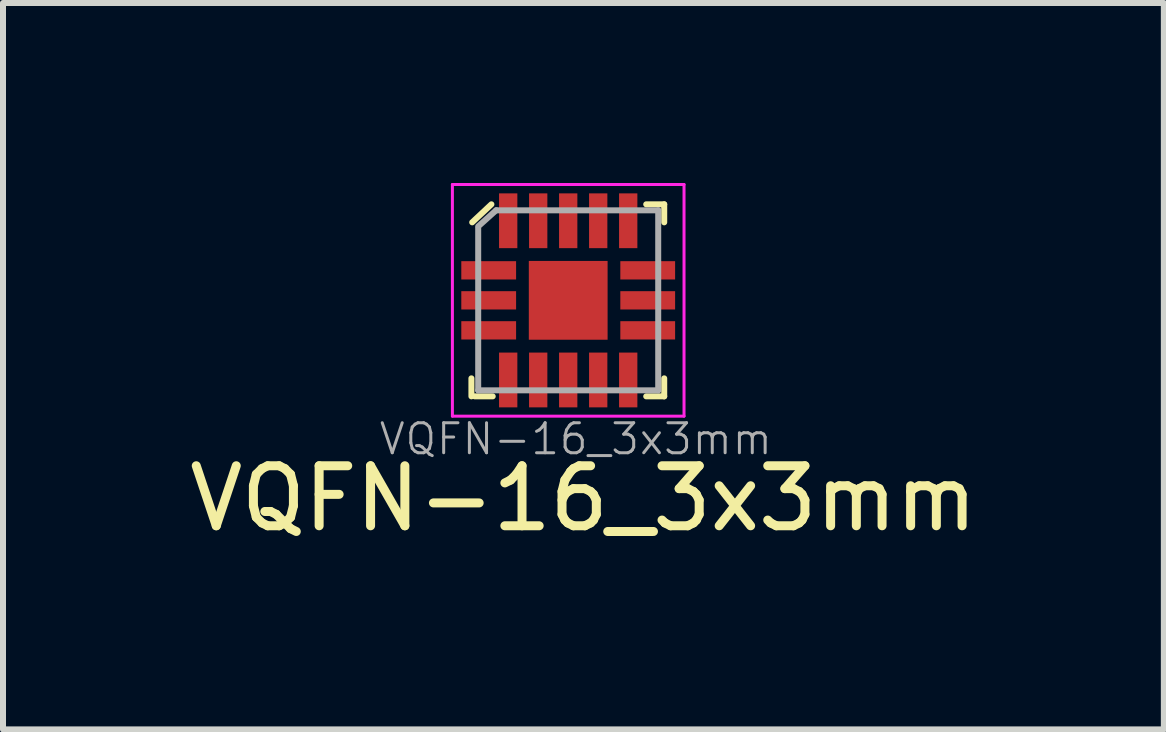
<source format=kicad_pcb>
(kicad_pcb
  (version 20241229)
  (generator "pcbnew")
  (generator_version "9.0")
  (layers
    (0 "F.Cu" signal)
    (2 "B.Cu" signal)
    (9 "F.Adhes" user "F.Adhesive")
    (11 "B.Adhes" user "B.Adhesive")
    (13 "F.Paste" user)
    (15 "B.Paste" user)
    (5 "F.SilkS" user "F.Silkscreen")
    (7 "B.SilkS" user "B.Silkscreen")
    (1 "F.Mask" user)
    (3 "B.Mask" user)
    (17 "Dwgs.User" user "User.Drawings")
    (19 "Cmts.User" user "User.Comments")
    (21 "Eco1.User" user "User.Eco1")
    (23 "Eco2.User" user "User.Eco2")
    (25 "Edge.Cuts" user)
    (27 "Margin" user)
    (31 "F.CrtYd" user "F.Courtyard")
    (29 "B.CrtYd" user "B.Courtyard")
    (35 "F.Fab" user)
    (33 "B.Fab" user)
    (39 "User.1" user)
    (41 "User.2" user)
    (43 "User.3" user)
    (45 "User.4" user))
  (footprint "VQFN-16_3x3mm"
    (layer "F.Cu")
    (at 6.419 1.193)
    (property "Reference" "VQFN-16_3x3mm" (at 0.254 4.064 180) (layer "F.SilkS") (effects (font (size 1 1) (thickness 0.15))))
    (attr through_hole)
    (fp_line (start -1.613 2.362) (end -1.613 2.062) (stroke (width 0.1) (type solid)) (layer "F.SilkS"))
    (fp_line (start -1.28 -0.838) (end -1.6 -0.538) (stroke (width 0.1) (type solid)) (layer "F.SilkS"))
    (fp_line (start -1.258 2.362) (end -1.558 2.362) (stroke (width 0.1) (type solid)) (layer "F.SilkS"))
    (fp_line (start 1.6 -0.838) (end 1.3 -0.838) (stroke (width 0.1) (type solid)) (layer "F.SilkS"))
    (fp_line (start 1.6 -0.838) (end 1.6 -0.538) (stroke (width 0.1) (type solid)) (layer "F.SilkS"))
    (fp_line (start 1.6 2.362) (end 1.3 2.362) (stroke (width 0.1) (type solid)) (layer "F.SilkS"))
    (fp_line (start 1.6 2.362) (end 1.6 2.062) (stroke (width 0.1) (type solid)) (layer "F.SilkS"))
    (fp_line (start -1.93 -1.168) (end 1.93 -1.168) (stroke (width 0.05) (type solid)) (layer "F.CrtYd"))
    (fp_line (start -1.93 2.692) (end -1.93 -1.168) (stroke (width 0.05) (type solid)) (layer "F.CrtYd"))
    (fp_line (start -1.93 2.692) (end 1.93 2.692) (stroke (width 0.05) (type solid)) (layer "F.CrtYd"))
    (fp_line (start 1.93 2.692) (end 1.93 -1.168) (stroke (width 0.05) (type solid)) (layer "F.CrtYd"))
    (fp_line (start -1.5 2.262) (end -1.5 -0.438) (stroke (width 0.1) (type solid)) (layer "F.Fab"))
    (fp_line (start -1.2 -0.74) (end -1.5 -0.47) (stroke (width 0.1) (type solid)) (layer "F.Fab"))
    (fp_line (start 1.5 -0.738) (end -1.2 -0.738) (stroke (width 0.1) (type solid)) (layer "F.Fab"))
    (fp_line (start 1.5 -0.738) (end 1.5 2.262) (stroke (width 0.1) (type solid)) (layer "F.Fab"))
    (fp_line (start 1.5 2.262) (end -1.5 2.262) (stroke (width 0.1) (type solid)) (layer "F.Fab"))
    (fp_text user "${REFERENCE}" (at 0.127 3.073 180) (layer "F.Fab") (effects (font (size 0.5 0.5) (thickness 0.05))))
    (pad "1" smd rect (at -1 -0.564 90) (size 0.913 0.305) (layers "F.Cu" "F.Mask" "F.Paste"))
    (pad "2" smd rect (at -1.325 0.262 90) (size 0.305 0.913) (layers "F.Cu" "F.Mask" "F.Paste"))
    (pad "3" smd rect (at -1.325 0.762 90) (size 0.305 0.913) (layers "F.Cu" "F.Mask" "F.Paste"))
    (pad "4" smd rect (at -1.325 1.262 90) (size 0.305 0.913) (layers "F.Cu" "F.Mask" "F.Paste"))
    (pad "5" smd rect (at -1 2.089 90) (size 0.913 0.305) (layers "F.Cu" "F.Mask" "F.Paste"))
    (pad "6" smd rect (at -0.5 2.089 90) (size 0.913 0.305) (layers "F.Cu" "F.Mask" "F.Paste"))
    (pad "7" smd rect (at 0 2.089 90) (size 0.913 0.305) (layers "F.Cu" "F.Mask" "F.Paste"))
    (pad "8" smd rect (at 0.5 2.089 90) (size 0.913 0.305) (layers "F.Cu" "F.Mask" "F.Paste"))
    (pad "9" smd rect (at 1 2.089 90) (size 0.913 0.305) (layers "F.Cu" "F.Mask" "F.Paste"))
    (pad "10" smd rect (at 1.325 1.262 90) (size 0.305 0.913) (layers "F.Cu" "F.Mask" "F.Paste"))
    (pad "11" smd rect (at 1.325 0.762 90) (size 0.305 0.913) (layers "F.Cu" "F.Mask" "F.Paste"))
    (pad "12" smd rect (at 1.325 0.262 90) (size 0.305 0.913) (layers "F.Cu" "F.Mask" "F.Paste"))
    (pad "13" smd rect (at 1 -0.564 90) (size 0.913 0.305) (layers "F.Cu" "F.Mask" "F.Paste"))
    (pad "14" smd rect (at 0.5 -0.564 90) (size 0.913 0.305) (layers "F.Cu" "F.Mask" "F.Paste"))
    (pad "15" smd rect (at 0 -0.564 90) (size 0.913 0.305) (layers "F.Cu" "F.Mask" "F.Paste"))
    (pad "16" smd rect (at -0.5 -0.564 90) (size 0.913 0.305) (layers "F.Cu" "F.Mask" "F.Paste"))
    (pad "17" smd rect (at 0 0.762 90) (size 1.313 1.313) (layers "F.Cu" "F.Mask" "F.Paste")))
  (gr_rect
    (start -3 -3)
    (end 16.345 9.105)
    (stroke (width 0.1) (type default))
    (fill no)
    (layer "Edge.Cuts")))
</source>
